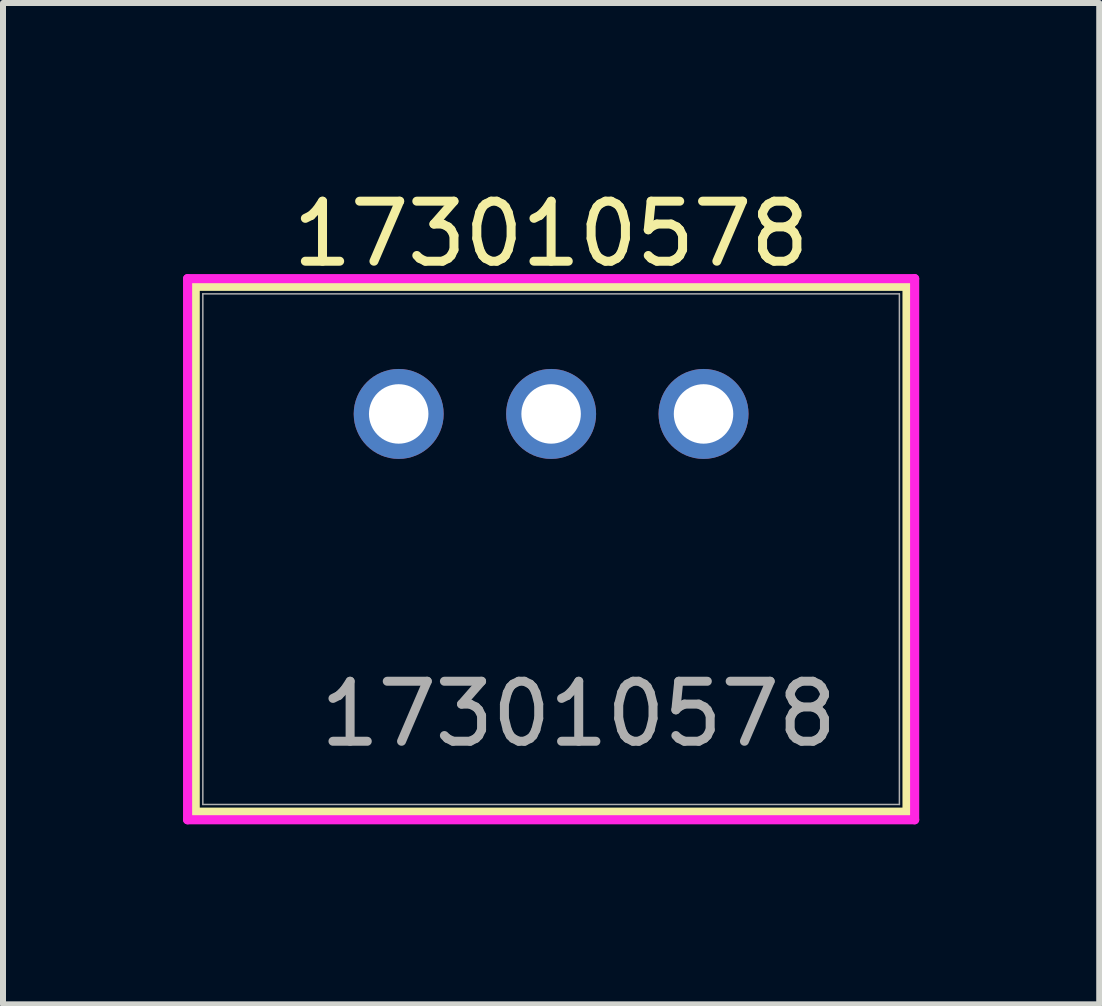
<source format=kicad_pcb>
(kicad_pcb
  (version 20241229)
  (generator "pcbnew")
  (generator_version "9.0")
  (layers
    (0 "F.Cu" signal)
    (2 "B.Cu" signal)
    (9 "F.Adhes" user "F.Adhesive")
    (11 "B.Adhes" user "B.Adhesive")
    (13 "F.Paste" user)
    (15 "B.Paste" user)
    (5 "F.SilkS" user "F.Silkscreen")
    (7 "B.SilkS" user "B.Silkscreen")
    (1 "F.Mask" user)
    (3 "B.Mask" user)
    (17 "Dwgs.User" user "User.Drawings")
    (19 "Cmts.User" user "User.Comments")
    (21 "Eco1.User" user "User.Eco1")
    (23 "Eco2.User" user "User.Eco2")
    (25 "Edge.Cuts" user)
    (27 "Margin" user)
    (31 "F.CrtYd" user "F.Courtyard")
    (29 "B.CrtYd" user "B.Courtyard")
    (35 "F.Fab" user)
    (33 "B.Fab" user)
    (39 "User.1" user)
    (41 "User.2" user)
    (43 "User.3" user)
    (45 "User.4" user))
  (footprint "173010578"
    (layer "F.Cu")
    (at 3.594 3.848)
    (property "Reference" "173010578" (at 2.54 -3 0) (unlocked yes) (layer "F.SilkS") (effects (font (size 1 1) (thickness 0.15))))
    (attr through_hole)
    (fp_line (start -3.391 -2.127) (end -3.391 6.636) (stroke (width 0.152) (type solid)) (layer "F.SilkS"))
    (fp_line (start -3.391 6.636) (end 8.471 6.636) (stroke (width 0.152) (type solid)) (layer "F.SilkS"))
    (fp_line (start 8.471 -2.127) (end -3.391 -2.127) (stroke (width 0.152) (type solid)) (layer "F.SilkS"))
    (fp_line (start 8.471 6.636) (end 8.471 -2.127) (stroke (width 0.152) (type solid)) (layer "F.SilkS"))
    (fp_line (start -3.518 -2.255) (end -3.518 6.763) (stroke (width 0.152) (type solid)) (layer "F.CrtYd"))
    (fp_line (start -3.518 6.763) (end 8.598 6.763) (stroke (width 0.152) (type solid)) (layer "F.CrtYd"))
    (fp_line (start 8.598 -2.255) (end -3.518 -2.255) (stroke (width 0.152) (type solid)) (layer "F.CrtYd"))
    (fp_line (start 8.598 6.763) (end 8.598 -2.255) (stroke (width 0.152) (type solid)) (layer "F.CrtYd"))
    (fp_line (start -3.264 -2.001) (end -3.264 6.508) (stroke (width 0.025) (type solid)) (layer "F.Fab"))
    (fp_line (start -3.264 6.508) (end 8.344 6.508) (stroke (width 0.025) (type solid)) (layer "F.Fab"))
    (fp_line (start 8.344 -2.001) (end -3.264 -2.001) (stroke (width 0.025) (type solid)) (layer "F.Fab"))
    (fp_line (start 8.344 6.508) (end 8.344 -2.001) (stroke (width 0.025) (type solid)) (layer "F.Fab"))
    (fp_text user "${REFERENCE}" (at 3 5 0) (unlocked yes) (layer "F.Fab") (effects (font (size 1 1) (thickness 0.15))))
    (pad "1" thru_hole circle (at 0 0) (size 1.499 1.499) (drill 0.991) (layers "*.Cu" "*.Mask"))
    (pad "2" thru_hole circle (at 2.54 0) (size 1.499 1.499) (drill 0.991) (layers "*.Cu" "*.Mask"))
    (pad "3" thru_hole circle (at 5.08 0) (size 1.499 1.499) (drill 0.991) (layers "*.Cu" "*.Mask")))
  (gr_rect
    (start -3 -3)
    (end 15.268 13.687)
    (stroke (width 0.1) (type default))
    (fill no)
    (layer "Edge.Cuts")))
</source>
